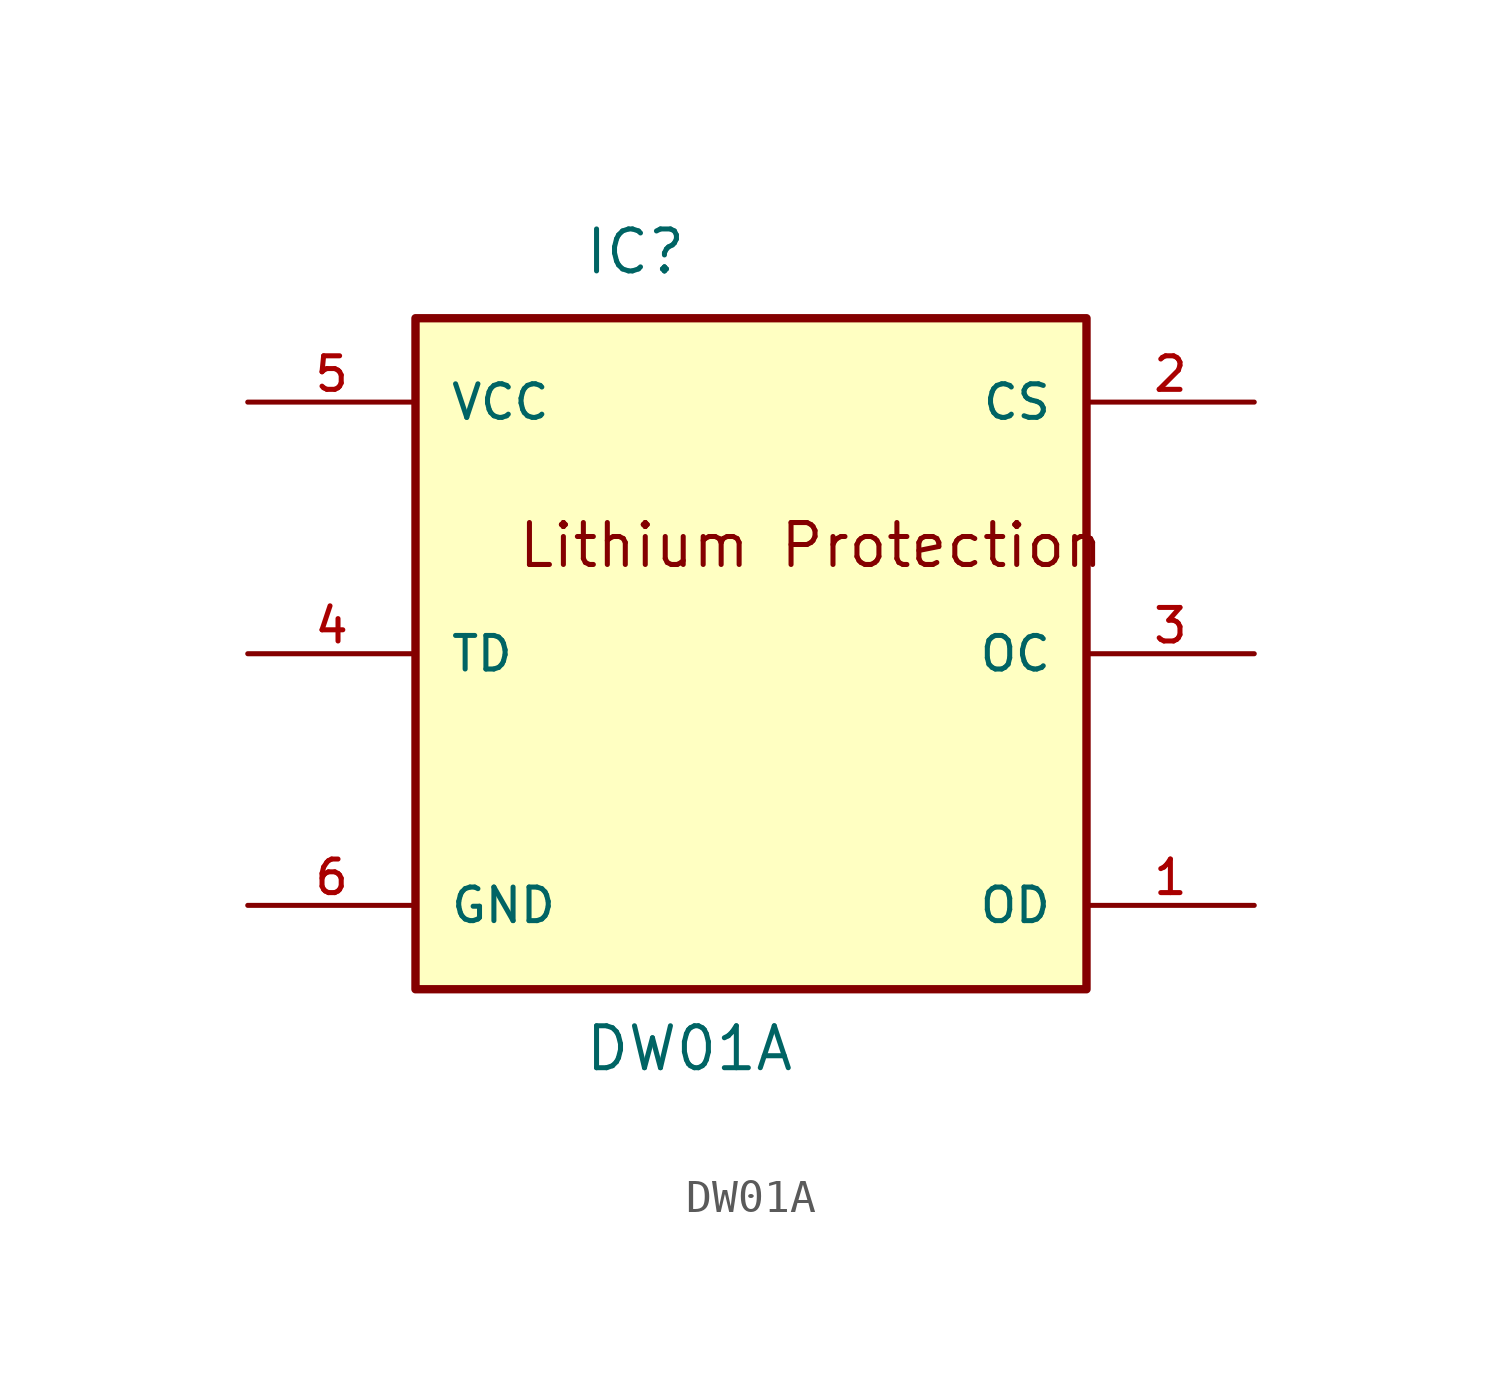
<source format=kicad_sym>
(kicad_symbol_lib
  (version 20211014)
  (generator kicad_symbol_editor)
  (symbol "DW01A"
    (pin_names
      (offset 1.016))
    (property "Reference" "IC"
      (at -5.08 11.43 0)
      (effects (font (size 1.27 1.27)) (justify bottom left)))
    (property "Value" "DW01A"
      (at -5.08 -12.7 0)
      (effects (font (size 1.27 1.27)) (justify bottom left)))
    (symbol "DW01A_0_0"
      (text "Lithium Protection" (at -7.112 2.54 0) (effects (font (size 1.27 1.27)) (justify bottom left)))
      (rectangle (start -10.16 -10.16) (end 10.16 10.16) (stroke (width 0.254)) (fill (type background)))
      (pin power_in line (at -15.24 7.62 0) (length 5.08) (name "VCC" (effects (font (size 1.016 1.016)))) (number "5" (effects (font (size 1.016 1.016)))))
      (pin power_in line (at -15.24 -7.62 0) (length 5.08) (name "GND" (effects (font (size 1.016 1.016)))) (number "6" (effects (font (size 1.016 1.016)))))
      (pin bidirectional line (at -15.24 0.0 0) (length 5.08) (name "TD" (effects (font (size 1.016 1.016)))) (number "4" (effects (font (size 1.016 1.016)))))
      (pin bidirectional line (at 15.24 -7.62 180.0) (length 5.08) (name "OD" (effects (font (size 1.016 1.016)))) (number "1" (effects (font (size 1.016 1.016)))))
      (pin bidirectional line (at 15.24 0.0 180.0) (length 5.08) (name "OC" (effects (font (size 1.016 1.016)))) (number "3" (effects (font (size 1.016 1.016)))))
      (pin bidirectional line (at 15.24 7.62 180.0) (length 5.08) (name "CS" (effects (font (size 1.016 1.016)))) (number "2" (effects (font (size 1.016 1.016))))))))
</source>
